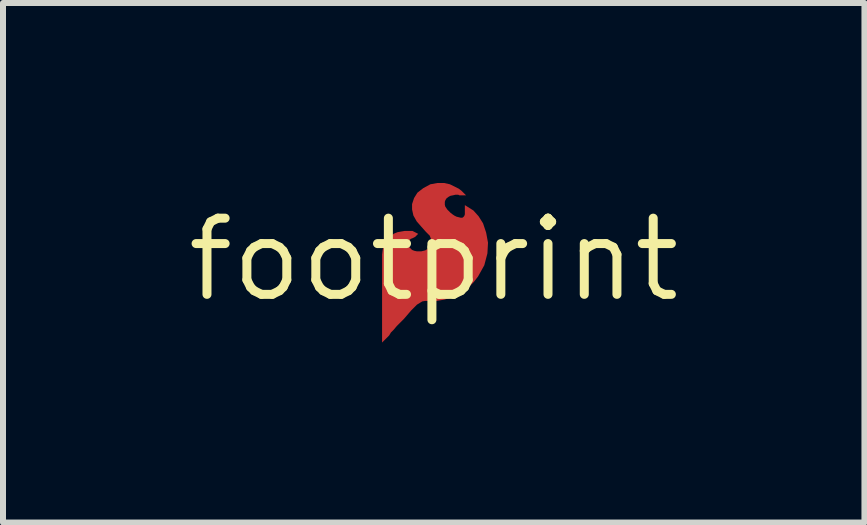
<source format=kicad_pcb>
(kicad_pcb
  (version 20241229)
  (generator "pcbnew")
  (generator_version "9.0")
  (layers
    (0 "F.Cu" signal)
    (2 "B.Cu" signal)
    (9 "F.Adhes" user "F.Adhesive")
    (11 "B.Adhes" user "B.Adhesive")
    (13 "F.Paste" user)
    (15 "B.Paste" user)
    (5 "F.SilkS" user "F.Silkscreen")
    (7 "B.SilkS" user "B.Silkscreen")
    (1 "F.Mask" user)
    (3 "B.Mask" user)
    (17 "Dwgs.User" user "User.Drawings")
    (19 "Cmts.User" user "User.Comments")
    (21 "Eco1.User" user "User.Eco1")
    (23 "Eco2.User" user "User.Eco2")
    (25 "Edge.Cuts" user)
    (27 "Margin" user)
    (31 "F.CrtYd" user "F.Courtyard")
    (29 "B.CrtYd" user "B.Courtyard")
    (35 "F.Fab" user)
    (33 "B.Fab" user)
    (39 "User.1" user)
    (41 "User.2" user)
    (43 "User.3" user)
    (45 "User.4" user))
  (footprint "footprint"
    (layer "F.Cu")
    (at 4.18 1.277)
    (property "Reference" "footprint" (at 0 0 0) (layer "F.SilkS") (effects (font (size 1.27 1.27) (thickness 0.15))))
    (fp_poly (pts (xy 0.27 -1.255) (xy 0.417 -1.182) (xy 0.462 -1.148) (xy 0.539 -1.071) (xy 0.428 -1.071) (xy 0.408 -1.081) (xy 0.362 -1.081) (xy 0.325 -1.072) (xy 0.279 -1.063) (xy 0.247 -1.046) (xy 0.215 -1.022) (xy 0.2 -1) (xy 0.192 -0.984) (xy 0.185 -0.963) (xy 0.185 -0.914) (xy 0.192 -0.885) (xy 0.227 -0.833) (xy 0.282 -0.778) (xy 0.319 -0.75) (xy 0.346 -0.732) (xy 0.38 -0.715) (xy 0.452 -0.697) (xy 0.471 -0.697) (xy 0.486 -0.702) (xy 0.506 -0.722) (xy 0.512 -0.734) (xy 0.519 -0.755) (xy 0.519 -0.908) (xy 0.662 -0.818) (xy 0.748 -0.722) (xy 0.822 -0.605) (xy 0.874 -0.449) (xy 0.905 -0.281) (xy 0.895 -0.103) (xy 0.843 0.095) (xy 0.739 0.282) (xy 0.666 0.376) (xy 0.583 0.459) (xy 0.5 0.532) (xy 0.394 0.595) (xy 0.289 0.637) (xy 0.175 0.668) (xy 0.05 0.689) (xy -0.14 0.689) (xy -0.19 0.697) (xy -0.279 0.751) (xy -0.375 0.847) (xy -0.495 0.987) (xy -0.615 1.107) (xy -0.665 1.167) (xy -0.713 1.215) (xy -0.743 1.265) (xy -0.861 1.383) (xy -0.861 -0.081) (xy -0.85 -0.167) (xy -0.828 -0.244) (xy -0.762 -0.354) (xy -0.706 -0.399) (xy -0.662 -0.433) (xy -0.604 -0.456) (xy -0.55 -0.466) (xy -0.486 -0.477) (xy -0.354 -0.477) (xy -0.259 -0.429) (xy -0.31 -0.378) (xy -0.358 -0.354) (xy -0.382 -0.346) (xy -0.43 -0.298) (xy -0.435 -0.283) (xy -0.435 -0.255) (xy -0.428 -0.236) (xy -0.413 -0.213) (xy -0.362 -0.161) (xy -0.322 -0.146) (xy -0.279 -0.137) (xy -0.208 -0.137) (xy -0.139 -0.154) (xy -0.089 -0.187) (xy -0.057 -0.227) (xy -0.041 -0.275) (xy -0.041 -0.332) (xy -0.066 -0.398) (xy -0.131 -0.463) (xy -0.212 -0.554) (xy -0.284 -0.637) (xy -0.339 -0.735) (xy -0.361 -0.835) (xy -0.361 -0.925) (xy -0.328 -1.025) (xy -0.272 -1.115) (xy -0.174 -1.191) (xy -0.056 -1.255) (xy 0.064 -1.277) (xy 0.171 -1.277)) (stroke (width 0) (type solid)) (fill yes) (layer "F.Cu")))
  (gr_rect
    (start -3 -3)
    (end 11.36 5.66)
    (stroke (width 0.1) (type default))
    (fill no)
    (layer "Edge.Cuts")))
</source>
